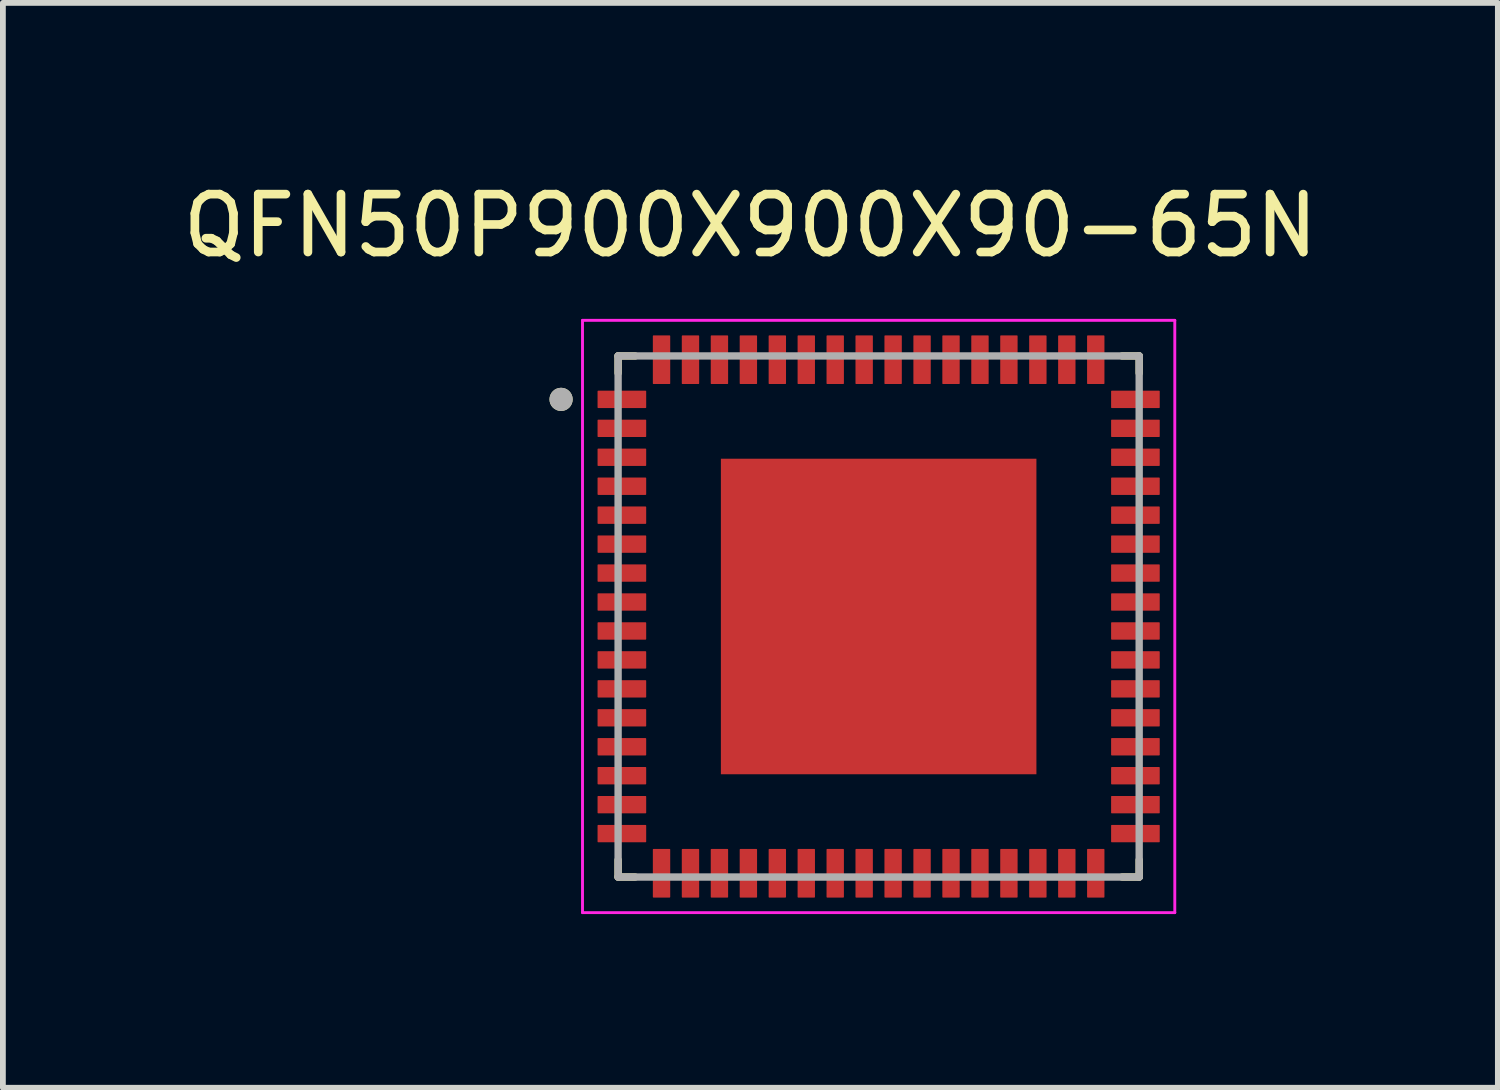
<source format=kicad_pcb>
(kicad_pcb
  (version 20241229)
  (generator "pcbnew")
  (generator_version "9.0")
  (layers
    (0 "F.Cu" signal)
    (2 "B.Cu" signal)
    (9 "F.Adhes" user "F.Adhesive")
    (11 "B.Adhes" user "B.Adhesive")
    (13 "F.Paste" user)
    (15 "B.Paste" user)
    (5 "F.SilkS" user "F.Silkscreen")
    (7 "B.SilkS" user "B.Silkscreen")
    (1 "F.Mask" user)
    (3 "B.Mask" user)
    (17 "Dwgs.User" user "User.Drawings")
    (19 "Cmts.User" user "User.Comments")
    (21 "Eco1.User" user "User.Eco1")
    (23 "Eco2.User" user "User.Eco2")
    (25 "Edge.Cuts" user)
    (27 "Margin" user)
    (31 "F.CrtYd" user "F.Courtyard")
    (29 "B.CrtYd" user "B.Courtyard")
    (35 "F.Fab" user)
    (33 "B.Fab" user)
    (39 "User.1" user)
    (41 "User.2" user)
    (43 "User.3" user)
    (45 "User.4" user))
  (footprint "QFN50P900X900X90-65N"
    (layer "F.Cu")
    (at 12.126 7.598)
    (property "Reference" "QFN50P900X900X90-65N" (at -2.215 -6.75 0) (layer "F.SilkS") (effects (font (size 1 1) (thickness 0.15))))
    (attr smd)
    (fp_line (start -4.5 -4.5) (end -4.5 -4.205) (stroke (width 0.127) (type solid)) (layer "F.SilkS"))
    (fp_line (start -4.5 -4.5) (end -4.205 -4.5) (stroke (width 0.127) (type solid)) (layer "F.SilkS"))
    (fp_line (start -4.5 4.5) (end -4.5 4.205) (stroke (width 0.127) (type solid)) (layer "F.SilkS"))
    (fp_line (start -4.5 4.5) (end -4.205 4.5) (stroke (width 0.127) (type solid)) (layer "F.SilkS"))
    (fp_line (start 4.5 -4.5) (end 4.205 -4.5) (stroke (width 0.127) (type solid)) (layer "F.SilkS"))
    (fp_line (start 4.5 -4.5) (end 4.5 -4.205) (stroke (width 0.127) (type solid)) (layer "F.SilkS"))
    (fp_line (start 4.5 4.5) (end 4.205 4.5) (stroke (width 0.127) (type solid)) (layer "F.SilkS"))
    (fp_line (start 4.5 4.5) (end 4.5 4.205) (stroke (width 0.127) (type solid)) (layer "F.SilkS"))
    (fp_circle (center -5.485 -3.75) (end -5.385 -3.75) (stroke (width 0.2) (type solid)) (fill no) (layer "F.SilkS"))
    (fp_poly (pts (xy -2.23 -2.23) (xy -0.51 -2.23) (xy -0.51 -0.51) (xy -2.23 -0.51)) (stroke (width 0.01) (type solid)) (fill yes) (layer "F.Paste"))
    (fp_poly (pts (xy -2.23 0.51) (xy -0.51 0.51) (xy -0.51 2.23) (xy -2.23 2.23)) (stroke (width 0.01) (type solid)) (fill yes) (layer "F.Paste"))
    (fp_poly (pts (xy 0.51 -2.23) (xy 2.23 -2.23) (xy 2.23 -0.51) (xy 0.51 -0.51)) (stroke (width 0.01) (type solid)) (fill yes) (layer "F.Paste"))
    (fp_poly (pts (xy 0.51 0.51) (xy 2.23 0.51) (xy 2.23 2.23) (xy 0.51 2.23)) (stroke (width 0.01) (type solid)) (fill yes) (layer "F.Paste"))
    (fp_line (start -5.115 -5.115) (end 5.115 -5.115) (stroke (width 0.05) (type solid)) (layer "F.CrtYd"))
    (fp_line (start -5.115 5.115) (end -5.115 -5.115) (stroke (width 0.05) (type solid)) (layer "F.CrtYd"))
    (fp_line (start -5.115 5.115) (end 5.115 5.115) (stroke (width 0.05) (type solid)) (layer "F.CrtYd"))
    (fp_line (start 5.115 5.115) (end 5.115 -5.115) (stroke (width 0.05) (type solid)) (layer "F.CrtYd"))
    (fp_line (start -4.5 4.5) (end -4.5 -4.5) (stroke (width 0.127) (type solid)) (layer "F.Fab"))
    (fp_line (start 4.5 -4.5) (end -4.5 -4.5) (stroke (width 0.127) (type solid)) (layer "F.Fab"))
    (fp_line (start 4.5 4.5) (end -4.5 4.5) (stroke (width 0.127) (type solid)) (layer "F.Fab"))
    (fp_line (start 4.5 4.5) (end 4.5 -4.5) (stroke (width 0.127) (type solid)) (layer "F.Fab"))
    (fp_circle (center -5.485 -3.75) (end -5.385 -3.75) (stroke (width 0.2) (type solid)) (fill no) (layer "F.Fab"))
    (pad "1" smd roundrect (at -4.435 -3.75) (size 0.84 0.3) (layers "F.Cu" "F.Mask" "F.Paste") (roundrect_rratio 0.04))
    (pad "2" smd roundrect (at -4.435 -3.25) (size 0.84 0.3) (layers "F.Cu" "F.Mask" "F.Paste") (roundrect_rratio 0.04))
    (pad "3" smd roundrect (at -4.435 -2.75) (size 0.84 0.3) (layers "F.Cu" "F.Mask" "F.Paste") (roundrect_rratio 0.04))
    (pad "4" smd roundrect (at -4.435 -2.25) (size 0.84 0.3) (layers "F.Cu" "F.Mask" "F.Paste") (roundrect_rratio 0.04))
    (pad "5" smd roundrect (at -4.435 -1.75) (size 0.84 0.3) (layers "F.Cu" "F.Mask" "F.Paste") (roundrect_rratio 0.04))
    (pad "6" smd roundrect (at -4.435 -1.25) (size 0.84 0.3) (layers "F.Cu" "F.Mask" "F.Paste") (roundrect_rratio 0.04))
    (pad "7" smd roundrect (at -4.435 -0.75) (size 0.84 0.3) (layers "F.Cu" "F.Mask" "F.Paste") (roundrect_rratio 0.04))
    (pad "8" smd roundrect (at -4.435 -0.25) (size 0.84 0.3) (layers "F.Cu" "F.Mask" "F.Paste") (roundrect_rratio 0.04))
    (pad "9" smd roundrect (at -4.435 0.25) (size 0.84 0.3) (layers "F.Cu" "F.Mask" "F.Paste") (roundrect_rratio 0.04))
    (pad "10" smd roundrect (at -4.435 0.75) (size 0.84 0.3) (layers "F.Cu" "F.Mask" "F.Paste") (roundrect_rratio 0.04))
    (pad "11" smd roundrect (at -4.435 1.25) (size 0.84 0.3) (layers "F.Cu" "F.Mask" "F.Paste") (roundrect_rratio 0.04))
    (pad "12" smd roundrect (at -4.435 1.75) (size 0.84 0.3) (layers "F.Cu" "F.Mask" "F.Paste") (roundrect_rratio 0.04))
    (pad "13" smd roundrect (at -4.435 2.25) (size 0.84 0.3) (layers "F.Cu" "F.Mask" "F.Paste") (roundrect_rratio 0.04))
    (pad "14" smd roundrect (at -4.435 2.75) (size 0.84 0.3) (layers "F.Cu" "F.Mask" "F.Paste") (roundrect_rratio 0.04))
    (pad "15" smd roundrect (at -4.435 3.25) (size 0.84 0.3) (layers "F.Cu" "F.Mask" "F.Paste") (roundrect_rratio 0.04))
    (pad "16" smd roundrect (at -4.435 3.75) (size 0.84 0.3) (layers "F.Cu" "F.Mask" "F.Paste") (roundrect_rratio 0.04))
    (pad "17" smd roundrect (at -3.75 4.435 90) (size 0.84 0.3) (layers "F.Cu" "F.Mask" "F.Paste") (roundrect_rratio 0.04))
    (pad "18" smd roundrect (at -3.25 4.435 90) (size 0.84 0.3) (layers "F.Cu" "F.Mask" "F.Paste") (roundrect_rratio 0.04))
    (pad "19" smd roundrect (at -2.75 4.435 90) (size 0.84 0.3) (layers "F.Cu" "F.Mask" "F.Paste") (roundrect_rratio 0.04))
    (pad "20" smd roundrect (at -2.25 4.435 90) (size 0.84 0.3) (layers "F.Cu" "F.Mask" "F.Paste") (roundrect_rratio 0.04))
    (pad "21" smd roundrect (at -1.75 4.435 90) (size 0.84 0.3) (layers "F.Cu" "F.Mask" "F.Paste") (roundrect_rratio 0.04))
    (pad "22" smd roundrect (at -1.25 4.435 90) (size 0.84 0.3) (layers "F.Cu" "F.Mask" "F.Paste") (roundrect_rratio 0.04))
    (pad "23" smd roundrect (at -0.75 4.435 90) (size 0.84 0.3) (layers "F.Cu" "F.Mask" "F.Paste") (roundrect_rratio 0.04))
    (pad "24" smd roundrect (at -0.25 4.435 90) (size 0.84 0.3) (layers "F.Cu" "F.Mask" "F.Paste") (roundrect_rratio 0.04))
    (pad "25" smd roundrect (at 0.25 4.435 90) (size 0.84 0.3) (layers "F.Cu" "F.Mask" "F.Paste") (roundrect_rratio 0.04))
    (pad "26" smd roundrect (at 0.75 4.435 90) (size 0.84 0.3) (layers "F.Cu" "F.Mask" "F.Paste") (roundrect_rratio 0.04))
    (pad "27" smd roundrect (at 1.25 4.435 90) (size 0.84 0.3) (layers "F.Cu" "F.Mask" "F.Paste") (roundrect_rratio 0.04))
    (pad "28" smd roundrect (at 1.75 4.435 90) (size 0.84 0.3) (layers "F.Cu" "F.Mask" "F.Paste") (roundrect_rratio 0.04))
    (pad "29" smd roundrect (at 2.25 4.435 90) (size 0.84 0.3) (layers "F.Cu" "F.Mask" "F.Paste") (roundrect_rratio 0.04))
    (pad "30" smd roundrect (at 2.75 4.435 90) (size 0.84 0.3) (layers "F.Cu" "F.Mask" "F.Paste") (roundrect_rratio 0.04))
    (pad "31" smd roundrect (at 3.25 4.435 90) (size 0.84 0.3) (layers "F.Cu" "F.Mask" "F.Paste") (roundrect_rratio 0.04))
    (pad "32" smd roundrect (at 3.75 4.435 90) (size 0.84 0.3) (layers "F.Cu" "F.Mask" "F.Paste") (roundrect_rratio 0.04))
    (pad "33" smd roundrect (at 4.435 3.75) (size 0.84 0.3) (layers "F.Cu" "F.Mask" "F.Paste") (roundrect_rratio 0.04))
    (pad "34" smd roundrect (at 4.435 3.25) (size 0.84 0.3) (layers "F.Cu" "F.Mask" "F.Paste") (roundrect_rratio 0.04))
    (pad "35" smd roundrect (at 4.435 2.75) (size 0.84 0.3) (layers "F.Cu" "F.Mask" "F.Paste") (roundrect_rratio 0.04))
    (pad "36" smd roundrect (at 4.435 2.25) (size 0.84 0.3) (layers "F.Cu" "F.Mask" "F.Paste") (roundrect_rratio 0.04))
    (pad "37" smd roundrect (at 4.435 1.75) (size 0.84 0.3) (layers "F.Cu" "F.Mask" "F.Paste") (roundrect_rratio 0.04))
    (pad "38" smd roundrect (at 4.435 1.25) (size 0.84 0.3) (layers "F.Cu" "F.Mask" "F.Paste") (roundrect_rratio 0.04))
    (pad "39" smd roundrect (at 4.435 0.75) (size 0.84 0.3) (layers "F.Cu" "F.Mask" "F.Paste") (roundrect_rratio 0.04))
    (pad "40" smd roundrect (at 4.435 0.25) (size 0.84 0.3) (layers "F.Cu" "F.Mask" "F.Paste") (roundrect_rratio 0.04))
    (pad "41" smd roundrect (at 4.435 -0.25) (size 0.84 0.3) (layers "F.Cu" "F.Mask" "F.Paste") (roundrect_rratio 0.04))
    (pad "42" smd roundrect (at 4.435 -0.75) (size 0.84 0.3) (layers "F.Cu" "F.Mask" "F.Paste") (roundrect_rratio 0.04))
    (pad "43" smd roundrect (at 4.435 -1.25) (size 0.84 0.3) (layers "F.Cu" "F.Mask" "F.Paste") (roundrect_rratio 0.04))
    (pad "44" smd roundrect (at 4.435 -1.75) (size 0.84 0.3) (layers "F.Cu" "F.Mask" "F.Paste") (roundrect_rratio 0.04))
    (pad "45" smd roundrect (at 4.435 -2.25) (size 0.84 0.3) (layers "F.Cu" "F.Mask" "F.Paste") (roundrect_rratio 0.04))
    (pad "46" smd roundrect (at 4.435 -2.75) (size 0.84 0.3) (layers "F.Cu" "F.Mask" "F.Paste") (roundrect_rratio 0.04))
    (pad "47" smd roundrect (at 4.435 -3.25) (size 0.84 0.3) (layers "F.Cu" "F.Mask" "F.Paste") (roundrect_rratio 0.04))
    (pad "48" smd roundrect (at 4.435 -3.75) (size 0.84 0.3) (layers "F.Cu" "F.Mask" "F.Paste") (roundrect_rratio 0.04))
    (pad "49" smd roundrect (at 3.75 -4.435 90) (size 0.84 0.3) (layers "F.Cu" "F.Mask" "F.Paste") (roundrect_rratio 0.04))
    (pad "50" smd roundrect (at 3.25 -4.435 90) (size 0.84 0.3) (layers "F.Cu" "F.Mask" "F.Paste") (roundrect_rratio 0.04))
    (pad "51" smd roundrect (at 2.75 -4.435 90) (size 0.84 0.3) (layers "F.Cu" "F.Mask" "F.Paste") (roundrect_rratio 0.04))
    (pad "52" smd roundrect (at 2.25 -4.435 90) (size 0.84 0.3) (layers "F.Cu" "F.Mask" "F.Paste") (roundrect_rratio 0.04))
    (pad "53" smd roundrect (at 1.75 -4.435 90) (size 0.84 0.3) (layers "F.Cu" "F.Mask" "F.Paste") (roundrect_rratio 0.04))
    (pad "54" smd roundrect (at 1.25 -4.435 90) (size 0.84 0.3) (layers "F.Cu" "F.Mask" "F.Paste") (roundrect_rratio 0.04))
    (pad "55" smd roundrect (at 0.75 -4.435 90) (size 0.84 0.3) (layers "F.Cu" "F.Mask" "F.Paste") (roundrect_rratio 0.04))
    (pad "56" smd roundrect (at 0.25 -4.435 90) (size 0.84 0.3) (layers "F.Cu" "F.Mask" "F.Paste") (roundrect_rratio 0.04))
    (pad "57" smd roundrect (at -0.25 -4.435 90) (size 0.84 0.3) (layers "F.Cu" "F.Mask" "F.Paste") (roundrect_rratio 0.04))
    (pad "58" smd roundrect (at -0.75 -4.435 90) (size 0.84 0.3) (layers "F.Cu" "F.Mask" "F.Paste") (roundrect_rratio 0.04))
    (pad "59" smd roundrect (at -1.25 -4.435 90) (size 0.84 0.3) (layers "F.Cu" "F.Mask" "F.Paste") (roundrect_rratio 0.04))
    (pad "60" smd roundrect (at -1.75 -4.435 90) (size 0.84 0.3) (layers "F.Cu" "F.Mask" "F.Paste") (roundrect_rratio 0.04))
    (pad "61" smd roundrect (at -2.25 -4.435 90) (size 0.84 0.3) (layers "F.Cu" "F.Mask" "F.Paste") (roundrect_rratio 0.04))
    (pad "62" smd roundrect (at -2.75 -4.435 90) (size 0.84 0.3) (layers "F.Cu" "F.Mask" "F.Paste") (roundrect_rratio 0.04))
    (pad "63" smd roundrect (at -3.25 -4.435 90) (size 0.84 0.3) (layers "F.Cu" "F.Mask" "F.Paste") (roundrect_rratio 0.04))
    (pad "64" smd roundrect (at -3.75 -4.435 90) (size 0.84 0.3) (layers "F.Cu" "F.Mask" "F.Paste") (roundrect_rratio 0.04))
    (pad "65" smd rect (at 0 0) (size 5.45 5.45) (layers "F.Cu" "F.Mask")))
  (gr_rect
    (start -3 -3)
    (end 22.821 15.738)
    (stroke (width 0.1) (type default))
    (fill no)
    (layer "Edge.Cuts")))
</source>
